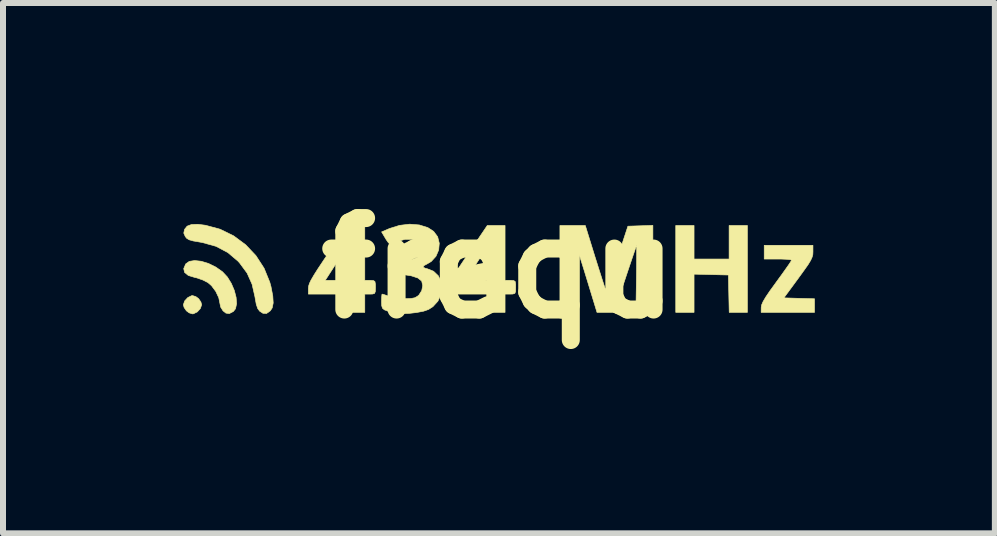
<source format=kicad_pcb>
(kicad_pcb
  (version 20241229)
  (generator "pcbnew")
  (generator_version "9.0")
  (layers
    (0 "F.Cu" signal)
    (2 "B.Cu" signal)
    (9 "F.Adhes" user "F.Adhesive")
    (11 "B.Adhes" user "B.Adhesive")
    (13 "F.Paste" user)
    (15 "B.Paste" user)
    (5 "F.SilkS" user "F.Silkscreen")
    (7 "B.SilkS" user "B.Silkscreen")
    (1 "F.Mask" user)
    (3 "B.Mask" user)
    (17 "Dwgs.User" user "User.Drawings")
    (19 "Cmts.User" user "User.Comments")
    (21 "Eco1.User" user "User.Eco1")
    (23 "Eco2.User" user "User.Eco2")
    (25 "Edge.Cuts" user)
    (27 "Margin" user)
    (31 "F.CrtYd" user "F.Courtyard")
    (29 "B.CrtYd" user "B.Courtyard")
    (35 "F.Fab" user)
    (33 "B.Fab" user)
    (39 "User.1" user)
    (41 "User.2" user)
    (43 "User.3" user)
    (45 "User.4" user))
  (footprint "frequ"
    (layer "F.Cu")
    (at 5.263 1.418)
    (property "Reference" "frequ" (at 0 0 0) (layer "F.SilkS") (effects (font (size 1.524 1.524) (thickness 0.3))))
    (attr through_hole)
    (fp_poly (pts (xy 3.251 -0.152) (xy 3.835 -0.152) (xy 3.835 -0.711) (xy 4.14 -0.711) (xy 4.14 0.737) (xy 3.837 0.737) (xy 3.83 0.425) (xy 3.823 0.114) (xy 3.251 0.1) (xy 3.251 0.737) (xy 2.946 0.737) (xy 2.946 -0.711) (xy 3.251 -0.711) (xy 3.251 -0.152)) (stroke (width 0.01) (type solid)) (fill yes) (layer "F.SilkS"))
    (fp_poly (pts (xy -5.05 0.474) (xy -5.004 0.508) (xy -4.966 0.563) (xy -4.953 0.61) (xy -4.975 0.673) (xy -5.026 0.729) (xy -5.09 0.76) (xy -5.105 0.762) (xy -5.161 0.745) (xy -5.207 0.711) (xy -5.245 0.656) (xy -5.258 0.61) (xy -5.236 0.546) (xy -5.184 0.49) (xy -5.121 0.459) (xy -5.105 0.457) (xy -5.05 0.474)) (stroke (width 0.01) (type solid)) (fill yes) (layer "F.SilkS"))
    (fp_poly (pts (xy -4.96 -0.115) (xy -4.839 -0.078) (xy -4.717 -0.018) (xy -4.605 0.061) (xy -4.525 0.147) (xy -4.459 0.254) (xy -4.409 0.371) (xy -4.379 0.487) (xy -4.371 0.592) (xy -4.389 0.676) (xy -4.425 0.722) (xy -4.493 0.757) (xy -4.549 0.749) (xy -4.597 0.711) (xy -4.636 0.649) (xy -4.648 0.592) (xy -4.668 0.493) (xy -4.718 0.387) (xy -4.789 0.292) (xy -4.849 0.24) (xy -4.934 0.197) (xy -5.034 0.162) (xy -5.067 0.155) (xy -5.175 0.122) (xy -5.237 0.072) (xy -5.252 0.008) (xy -5.219 -0.07) (xy -5.218 -0.071) (xy -5.159 -0.113) (xy -5.07 -0.127) (xy -4.96 -0.115)) (stroke (width 0.01) (type solid)) (fill yes) (layer "F.SilkS"))
    (fp_poly (pts (xy 5.232 -0.272) (xy 5.23 -0.227) (xy 5.218 -0.183) (xy 5.194 -0.13) (xy 5.153 -0.062) (xy 5.089 0.029) (xy 5 0.152) (xy 4.99 0.166) (xy 4.748 0.495) (xy 5.003 0.503) (xy 5.258 0.51) (xy 5.258 0.737) (xy 4.369 0.737) (xy 4.37 0.654) (xy 4.377 0.612) (xy 4.402 0.555) (xy 4.447 0.479) (xy 4.516 0.377) (xy 4.614 0.242) (xy 4.623 0.229) (xy 4.707 0.114) (xy 4.779 0.013) (xy 4.835 -0.067) (xy 4.868 -0.118) (xy 4.876 -0.133) (xy 4.853 -0.142) (xy 4.79 -0.148) (xy 4.699 -0.152) (xy 4.648 -0.152) (xy 4.42 -0.152) (xy 4.42 -0.381) (xy 5.232 -0.381) (xy 5.232 -0.272)) (stroke (width 0.01) (type solid)) (fill yes) (layer "F.SilkS"))
    (fp_poly (pts (xy -4.89 -0.715) (xy -4.646 -0.649) (xy -4.421 -0.539) (xy -4.22 -0.39) (xy -4.049 -0.209) (xy -3.913 0.001) (xy -3.818 0.234) (xy -3.798 0.307) (xy -3.768 0.463) (xy -3.761 0.58) (xy -3.778 0.663) (xy -3.81 0.711) (xy -3.872 0.755) (xy -3.932 0.752) (xy -3.985 0.718) (xy -4.018 0.675) (xy -4.043 0.603) (xy -4.063 0.493) (xy -4.064 0.483) (xy -4.113 0.268) (xy -4.196 0.082) (xy -4.321 -0.087) (xy -4.346 -0.115) (xy -4.517 -0.26) (xy -4.714 -0.364) (xy -4.941 -0.427) (xy -4.986 -0.435) (xy -5.092 -0.453) (xy -5.16 -0.472) (xy -5.202 -0.497) (xy -5.225 -0.525) (xy -5.251 -0.584) (xy -5.239 -0.642) (xy -5.237 -0.648) (xy -5.195 -0.7) (xy -5.123 -0.727) (xy -5.017 -0.731) (xy -4.89 -0.715)) (stroke (width 0.01) (type solid)) (fill yes) (layer "F.SilkS"))
    (fp_poly (pts (xy -2.235 0.203) (xy -2.146 0.203) (xy -2.092 0.206) (xy -2.066 0.222) (xy -2.058 0.267) (xy -2.057 0.318) (xy -2.059 0.388) (xy -2.072 0.421) (xy -2.107 0.431) (xy -2.146 0.432) (xy -2.235 0.432) (xy -2.235 0.737) (xy -2.54 0.737) (xy -2.54 0.432) (xy -3.175 0.432) (xy -3.175 0.337) (xy -3.171 0.299) (xy -3.157 0.254) (xy -3.133 0.203) (xy -2.894 0.203) (xy -2.54 0.203) (xy -2.54 -0.068) (xy -2.541 -0.177) (xy -2.543 -0.263) (xy -2.546 -0.316) (xy -2.548 -0.328) (xy -2.565 -0.304) (xy -2.603 -0.246) (xy -2.657 -0.162) (xy -2.723 -0.062) (xy -2.726 -0.057) (xy -2.894 0.203) (xy -3.133 0.203) (xy -3.129 0.196) (xy -3.084 0.118) (xy -3.019 0.015) (xy -2.93 -0.119) (xy -2.852 -0.235) (xy -2.53 -0.711) (xy -2.235 -0.711) (xy -2.235 0.203)) (stroke (width 0.01) (type solid)) (fill yes) (layer "F.SilkS"))
    (fp_poly (pts (xy 0.102 -0.711) (xy 0.102 0.203) (xy 0.191 0.203) (xy 0.245 0.206) (xy 0.271 0.222) (xy 0.279 0.267) (xy 0.279 0.318) (xy 0.278 0.388) (xy 0.265 0.421) (xy 0.23 0.431) (xy 0.191 0.432) (xy 0.102 0.432) (xy 0.102 0.737) (xy -0.203 0.737) (xy -0.203 0.432) (xy -0.838 0.432) (xy -0.838 0.337) (xy -0.835 0.299) (xy -0.821 0.254) (xy -0.796 0.203) (xy -0.558 0.203) (xy -0.203 0.203) (xy -0.203 -0.068) (xy -0.204 -0.177) (xy -0.206 -0.263) (xy -0.209 -0.316) (xy -0.211 -0.328) (xy -0.228 -0.304) (xy -0.266 -0.246) (xy -0.321 -0.162) (xy -0.386 -0.062) (xy -0.389 -0.057) (xy -0.558 0.203) (xy -0.796 0.203) (xy -0.793 0.196) (xy -0.748 0.119) (xy -0.684 0.016) (xy -0.595 -0.117) (xy -0.516 -0.235) (xy -0.194 -0.711) (xy -0.046 -0.711) (xy 0.102 -0.711)) (stroke (width 0.01) (type solid)) (fill yes) (layer "F.SilkS"))
    (fp_poly (pts (xy 2.565 0.737) (xy 2.282 0.737) (xy 2.291 0.178) (xy 2.293 0.015) (xy 2.294 -0.128) (xy 2.295 -0.246) (xy 2.295 -0.331) (xy 2.295 -0.376) (xy 2.294 -0.381) (xy 2.285 -0.358) (xy 2.263 -0.293) (xy 2.229 -0.194) (xy 2.186 -0.067) (xy 2.136 0.082) (xy 2.104 0.178) (xy 1.919 0.737) (xy 1.634 0.737) (xy 1.473 0.21) (xy 1.425 0.053) (xy 1.381 -0.088) (xy 1.344 -0.205) (xy 1.316 -0.292) (xy 1.3 -0.341) (xy 1.297 -0.348) (xy 1.293 -0.333) (xy 1.291 -0.273) (xy 1.289 -0.177) (xy 1.289 -0.05) (xy 1.291 0.101) (xy 1.292 0.179) (xy 1.301 0.737) (xy 1.016 0.737) (xy 1.016 -0.711) (xy 1.228 -0.711) (xy 1.439 -0.711) (xy 1.598 -0.197) (xy 1.647 -0.042) (xy 1.691 0.097) (xy 1.728 0.213) (xy 1.756 0.298) (xy 1.773 0.344) (xy 1.775 0.35) (xy 1.788 0.337) (xy 1.814 0.281) (xy 1.85 0.188) (xy 1.895 0.065) (xy 1.946 -0.083) (xy 1.971 -0.158) (xy 2.149 -0.699) (xy 2.357 -0.706) (xy 2.565 -0.713) (xy 2.565 0.737)) (stroke (width 0.01) (type solid)) (fill yes) (layer "F.SilkS"))
    (fp_poly (pts (xy -1.326 -0.72) (xy -1.185 -0.676) (xy -1.088 -0.613) (xy -1.021 -0.523) (xy -0.994 -0.415) (xy -1.004 -0.303) (xy -1.049 -0.198) (xy -1.127 -0.112) (xy -1.187 -0.076) (xy -1.25 -0.042) (xy -1.264 -0.018) (xy -1.231 0.000285) (xy -1.199 0.008) (xy -1.09 0.051) (xy -1.011 0.126) (xy -0.964 0.223) (xy -0.949 0.332) (xy -0.967 0.444) (xy -1.017 0.55) (xy -1.1 0.641) (xy -1.173 0.688) (xy -1.256 0.717) (xy -1.371 0.739) (xy -1.5 0.754) (xy -1.623 0.758) (xy -1.722 0.75) (xy -1.74 0.746) (xy -1.843 0.719) (xy -1.907 0.695) (xy -1.94 0.668) (xy -1.953 0.627) (xy -1.956 0.566) (xy -1.956 0.557) (xy -1.954 0.485) (xy -1.95 0.44) (xy -1.946 0.432) (xy -1.919 0.439) (xy -1.86 0.459) (xy -1.829 0.47) (xy -1.743 0.491) (xy -1.634 0.505) (xy -1.558 0.508) (xy -1.463 0.505) (xy -1.401 0.493) (xy -1.356 0.467) (xy -1.332 0.446) (xy -1.286 0.374) (xy -1.27 0.291) (xy -1.286 0.219) (xy -1.289 0.213) (xy -1.352 0.163) (xy -1.463 0.127) (xy -1.574 0.11) (xy -1.727 0.094) (xy -1.727 -0.121) (xy -1.564 -0.132) (xy -1.437 -0.149) (xy -1.353 -0.186) (xy -1.308 -0.245) (xy -1.295 -0.32) (xy -1.317 -0.398) (xy -1.375 -0.453) (xy -1.461 -0.481) (xy -1.566 -0.48) (xy -1.679 -0.448) (xy -1.713 -0.432) (xy -1.769 -0.406) (xy -1.808 -0.4) (xy -1.84 -0.421) (xy -1.878 -0.475) (xy -1.915 -0.537) (xy -1.955 -0.604) (xy -1.822 -0.661) (xy -1.656 -0.713) (xy -1.487 -0.733) (xy -1.326 -0.72)) (stroke (width 0.01) (type solid)) (fill yes) (layer "F.SilkS")))
  (gr_rect
    (start -3 -3)
    (end 13.526 5.836)
    (stroke (width 0.1) (type default))
    (fill no)
    (layer "Edge.Cuts")))
</source>
